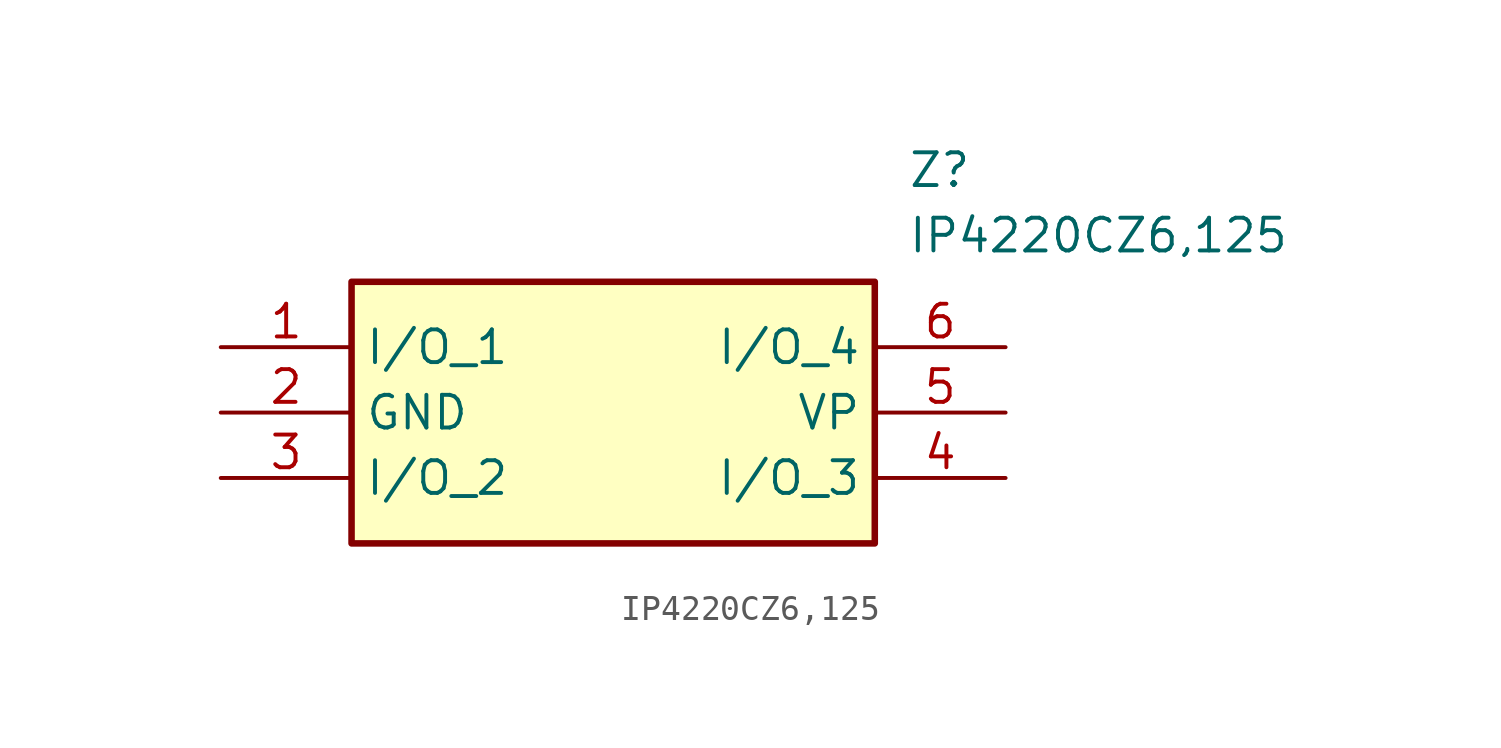
<source format=kicad_sym>
(kicad_symbol_lib
  (version 20211014)
  (generator SamacSys_ECAD_Model)
  (symbol "IP4220CZ6,125"
    (property "Reference" "Z"
      (at 26.67 7.62 0)
      (effects (font (size 1.27 1.27)) (justify left top)))
    (property "Value" "IP4220CZ6,125"
      (at 26.67 5.08 0)
      (effects (font (size 1.27 1.27)) (justify left top)))
    (rectangle
      (start 5.08 2.54)
      (end 25.4 -7.62)
      (stroke (width 0.254) (type default))
      (fill (type background)))
    (pin passive line
      (at 0 0 0)
      (length 5.08)
      (name "I/O_1" (effects (font (size 1.27 1.27))))
      (number "1" (effects (font (size 1.27 1.27)))))
    (pin passive line
      (at 0 -2.54 0)
      (length 5.08)
      (name "GND" (effects (font (size 1.27 1.27))))
      (number "2" (effects (font (size 1.27 1.27)))))
    (pin passive line
      (at 0 -5.08 0)
      (length 5.08)
      (name "I/O_2" (effects (font (size 1.27 1.27))))
      (number "3" (effects (font (size 1.27 1.27)))))
    (pin passive line
      (at 30.48 0 180)
      (length 5.08)
      (name "I/O_4" (effects (font (size 1.27 1.27))))
      (number "6" (effects (font (size 1.27 1.27)))))
    (pin passive line
      (at 30.48 -2.54 180)
      (length 5.08)
      (name "VP" (effects (font (size 1.27 1.27))))
      (number "5" (effects (font (size 1.27 1.27)))))
    (pin passive line
      (at 30.48 -5.08 180)
      (length 5.08)
      (name "I/O_3" (effects (font (size 1.27 1.27))))
      (number "4" (effects (font (size 1.27 1.27)))))))
</source>
